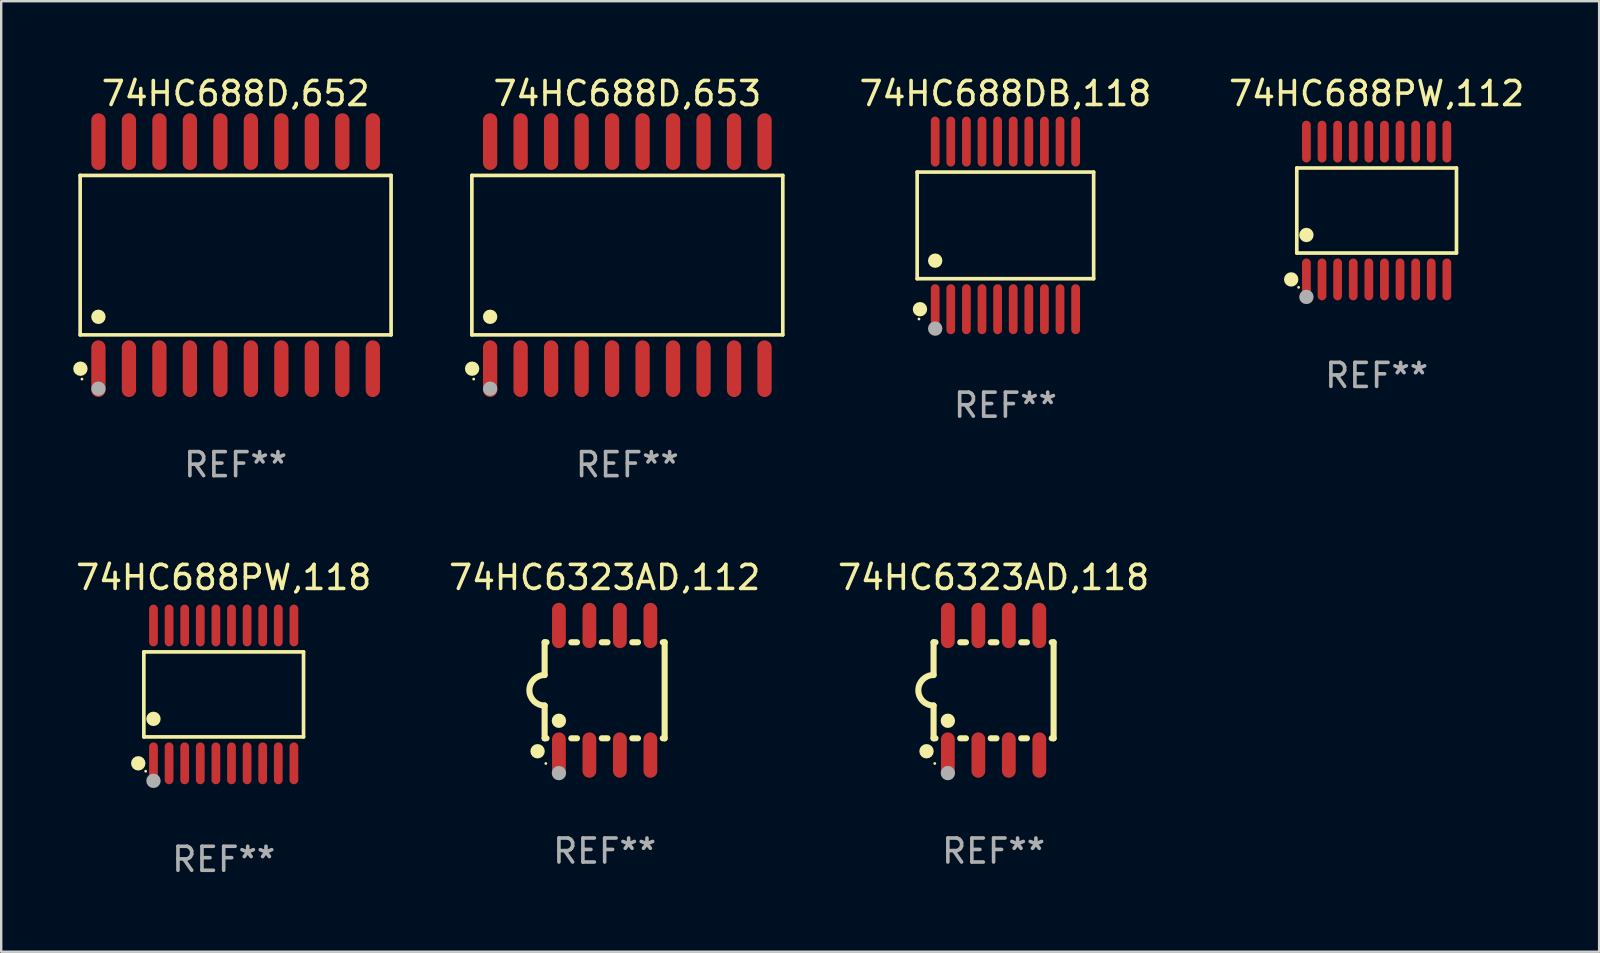
<source format=kicad_pcb>
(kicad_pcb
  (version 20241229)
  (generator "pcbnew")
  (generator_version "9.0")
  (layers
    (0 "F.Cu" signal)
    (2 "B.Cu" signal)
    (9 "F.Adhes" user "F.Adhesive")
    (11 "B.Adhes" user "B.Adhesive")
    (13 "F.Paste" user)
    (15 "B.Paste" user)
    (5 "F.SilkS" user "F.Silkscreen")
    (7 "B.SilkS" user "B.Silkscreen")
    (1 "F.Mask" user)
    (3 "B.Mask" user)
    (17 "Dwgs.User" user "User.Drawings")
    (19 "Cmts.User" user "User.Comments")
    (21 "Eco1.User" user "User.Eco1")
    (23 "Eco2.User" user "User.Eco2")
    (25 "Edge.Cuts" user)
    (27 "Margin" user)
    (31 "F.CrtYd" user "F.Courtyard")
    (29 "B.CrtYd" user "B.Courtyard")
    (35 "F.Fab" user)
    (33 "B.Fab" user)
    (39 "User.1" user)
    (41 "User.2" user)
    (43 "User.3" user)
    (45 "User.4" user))
  (footprint "74HC688DB,118"
    (layer "F.Cu")
    (at 38.831 6.339)
    (property "Reference" "74HC688DB,118" (at 0 -5.491 0) (layer "F.SilkS") (effects (font (size 1 1) (thickness 0.15))))
    (attr through_hole)
    (fp_line (start -3.676 -2.221) (end 3.676 -2.221) (stroke (width 0.152) (type solid)) (layer "F.SilkS"))
    (fp_line (start -3.676 2.221) (end -3.676 -2.221) (stroke (width 0.152) (type solid)) (layer "F.SilkS"))
    (fp_line (start 3.676 -2.221) (end 3.676 2.221) (stroke (width 0.152) (type solid)) (layer "F.SilkS"))
    (fp_line (start 3.676 2.221) (end -3.676 2.221) (stroke (width 0.152) (type solid)) (layer "F.SilkS"))
    (fp_circle (center -3.6 3.9) (end -3.57 3.9) (stroke (width 0.06) (type solid)) (fill no) (layer "F.SilkS"))
    (fp_circle (center -3.559 3.491) (end -3.409 3.491) (stroke (width 0.3) (type solid)) (fill no) (layer "F.SilkS"))
    (fp_circle (center -2.925 1.469) (end -2.775 1.469) (stroke (width 0.3) (type solid)) (fill no) (layer "F.SilkS"))
    (fp_circle (center -2.925 4.3) (end -2.775 4.3) (stroke (width 0.3) (type solid)) (fill no) (layer "F.Fab"))
    (fp_text user "REF**" (at 0 7.491 0) (layer "F.Fab") (effects (font (size 1 1) (thickness 0.15))))
    (pad "1" smd oval (at -2.925 3.491) (size 0.364 2.082) (layers "F.Cu" "F.Mask" "F.Paste"))
    (pad "2" smd oval (at -2.275 3.491) (size 0.364 2.082) (layers "F.Cu" "F.Mask" "F.Paste"))
    (pad "3" smd oval (at -1.625 3.491) (size 0.364 2.082) (layers "F.Cu" "F.Mask" "F.Paste"))
    (pad "4" smd oval (at -0.975 3.491) (size 0.364 2.082) (layers "F.Cu" "F.Mask" "F.Paste"))
    (pad "5" smd oval (at -0.325 3.491) (size 0.364 2.082) (layers "F.Cu" "F.Mask" "F.Paste"))
    (pad "6" smd oval (at 0.325 3.491) (size 0.364 2.082) (layers "F.Cu" "F.Mask" "F.Paste"))
    (pad "7" smd oval (at 0.975 3.491) (size 0.364 2.082) (layers "F.Cu" "F.Mask" "F.Paste"))
    (pad "8" smd oval (at 1.625 3.491) (size 0.364 2.082) (layers "F.Cu" "F.Mask" "F.Paste"))
    (pad "9" smd oval (at 2.275 3.491) (size 0.364 2.082) (layers "F.Cu" "F.Mask" "F.Paste"))
    (pad "10" smd oval (at 2.925 3.491) (size 0.364 2.082) (layers "F.Cu" "F.Mask" "F.Paste"))
    (pad "11" smd oval (at 2.925 -3.491) (size 0.364 2.082) (layers "F.Cu" "F.Mask" "F.Paste"))
    (pad "12" smd oval (at 2.275 -3.491) (size 0.364 2.082) (layers "F.Cu" "F.Mask" "F.Paste"))
    (pad "13" smd oval (at 1.625 -3.491) (size 0.364 2.082) (layers "F.Cu" "F.Mask" "F.Paste"))
    (pad "14" smd oval (at 0.975 -3.491) (size 0.364 2.082) (layers "F.Cu" "F.Mask" "F.Paste"))
    (pad "15" smd oval (at 0.325 -3.491) (size 0.364 2.082) (layers "F.Cu" "F.Mask" "F.Paste"))
    (pad "16" smd oval (at -0.325 -3.491) (size 0.364 2.082) (layers "F.Cu" "F.Mask" "F.Paste"))
    (pad "17" smd oval (at -0.975 -3.491) (size 0.364 2.082) (layers "F.Cu" "F.Mask" "F.Paste"))
    (pad "18" smd oval (at -1.625 -3.491) (size 0.364 2.082) (layers "F.Cu" "F.Mask" "F.Paste"))
    (pad "19" smd oval (at -2.275 -3.491) (size 0.364 2.082) (layers "F.Cu" "F.Mask" "F.Paste"))
    (pad "20" smd oval (at -2.925 -3.491) (size 0.364 2.082) (layers "F.Cu" "F.Mask" "F.Paste")))
  (footprint "74HC688PW,118"
    (layer "F.Cu")
    (at 6.268 25.876)
    (property "Reference" "74HC688PW,118" (at 0 -4.871 0) (layer "F.SilkS") (effects (font (size 1 1) (thickness 0.15))))
    (attr through_hole)
    (fp_line (start -3.326 -1.771) (end 3.326 -1.771) (stroke (width 0.152) (type solid)) (layer "F.SilkS"))
    (fp_line (start -3.326 1.771) (end -3.326 -1.771) (stroke (width 0.152) (type solid)) (layer "F.SilkS"))
    (fp_line (start 3.326 -1.771) (end 3.326 1.771) (stroke (width 0.152) (type solid)) (layer "F.SilkS"))
    (fp_line (start 3.326 1.771) (end -3.326 1.771) (stroke (width 0.152) (type solid)) (layer "F.SilkS"))
    (fp_circle (center -3.559 2.871) (end -3.409 2.871) (stroke (width 0.3) (type solid)) (fill no) (layer "F.SilkS"))
    (fp_circle (center -3.25 3.2) (end -3.22 3.2) (stroke (width 0.06) (type solid)) (fill no) (layer "F.SilkS"))
    (fp_circle (center -2.925 1.019) (end -2.775 1.019) (stroke (width 0.3) (type solid)) (fill no) (layer "F.SilkS"))
    (fp_circle (center -2.925 3.6) (end -2.775 3.6) (stroke (width 0.3) (type solid)) (fill no) (layer "F.Fab"))
    (fp_text user "REF**" (at 0 6.871 0) (layer "F.Fab") (effects (font (size 1 1) (thickness 0.15))))
    (pad "1" smd oval (at -2.925 2.871) (size 0.364 1.742) (layers "F.Cu" "F.Mask" "F.Paste"))
    (pad "2" smd oval (at -2.275 2.871) (size 0.364 1.742) (layers "F.Cu" "F.Mask" "F.Paste"))
    (pad "3" smd oval (at -1.625 2.871) (size 0.364 1.742) (layers "F.Cu" "F.Mask" "F.Paste"))
    (pad "4" smd oval (at -0.975 2.871) (size 0.364 1.742) (layers "F.Cu" "F.Mask" "F.Paste"))
    (pad "5" smd oval (at -0.325 2.871) (size 0.364 1.742) (layers "F.Cu" "F.Mask" "F.Paste"))
    (pad "6" smd oval (at 0.325 2.871) (size 0.364 1.742) (layers "F.Cu" "F.Mask" "F.Paste"))
    (pad "7" smd oval (at 0.975 2.871) (size 0.364 1.742) (layers "F.Cu" "F.Mask" "F.Paste"))
    (pad "8" smd oval (at 1.625 2.871) (size 0.364 1.742) (layers "F.Cu" "F.Mask" "F.Paste"))
    (pad "9" smd oval (at 2.275 2.871) (size 0.364 1.742) (layers "F.Cu" "F.Mask" "F.Paste"))
    (pad "10" smd oval (at 2.925 2.871) (size 0.364 1.742) (layers "F.Cu" "F.Mask" "F.Paste"))
    (pad "11" smd oval (at 2.925 -2.871) (size 0.364 1.742) (layers "F.Cu" "F.Mask" "F.Paste"))
    (pad "12" smd oval (at 2.275 -2.871) (size 0.364 1.742) (layers "F.Cu" "F.Mask" "F.Paste"))
    (pad "13" smd oval (at 1.625 -2.871) (size 0.364 1.742) (layers "F.Cu" "F.Mask" "F.Paste"))
    (pad "14" smd oval (at 0.975 -2.871) (size 0.364 1.742) (layers "F.Cu" "F.Mask" "F.Paste"))
    (pad "15" smd oval (at 0.325 -2.871) (size 0.364 1.742) (layers "F.Cu" "F.Mask" "F.Paste"))
    (pad "16" smd oval (at -0.325 -2.871) (size 0.364 1.742) (layers "F.Cu" "F.Mask" "F.Paste"))
    (pad "17" smd oval (at -0.975 -2.871) (size 0.364 1.742) (layers "F.Cu" "F.Mask" "F.Paste"))
    (pad "18" smd oval (at -1.625 -2.871) (size 0.364 1.742) (layers "F.Cu" "F.Mask" "F.Paste"))
    (pad "19" smd oval (at -2.275 -2.871) (size 0.364 1.742) (layers "F.Cu" "F.Mask" "F.Paste"))
    (pad "20" smd oval (at -2.925 -2.871) (size 0.364 1.742) (layers "F.Cu" "F.Mask" "F.Paste")))
  (footprint "74HC688D,652"
    (layer "F.Cu")
    (at 6.765 7.578)
    (property "Reference" "74HC688D,652" (at 0 -6.73 0) (layer "F.SilkS") (effects (font (size 1 1) (thickness 0.15))))
    (attr through_hole)
    (fp_line (start -6.476 -3.321) (end 6.476 -3.321) (stroke (width 0.152) (type solid)) (layer "F.SilkS"))
    (fp_line (start -6.476 3.321) (end -6.476 -3.321) (stroke (width 0.152) (type solid)) (layer "F.SilkS"))
    (fp_line (start 6.476 -3.321) (end 6.476 3.321) (stroke (width 0.152) (type solid)) (layer "F.SilkS"))
    (fp_line (start 6.476 3.321) (end -6.476 3.321) (stroke (width 0.152) (type solid)) (layer "F.SilkS"))
    (fp_circle (center -6.465 4.73) (end -6.315 4.73) (stroke (width 0.3) (type solid)) (fill no) (layer "F.SilkS"))
    (fp_circle (center -6.4 5.163) (end -6.37 5.163) (stroke (width 0.06) (type solid)) (fill no) (layer "F.SilkS"))
    (fp_circle (center -5.715 2.569) (end -5.565 2.569) (stroke (width 0.3) (type solid)) (fill no) (layer "F.SilkS"))
    (fp_circle (center -5.715 5.563) (end -5.565 5.563) (stroke (width 0.3) (type solid)) (fill no) (layer "F.Fab"))
    (fp_text user "REF**" (at 0 8.73 0) (layer "F.Fab") (effects (font (size 1 1) (thickness 0.15))))
    (pad "1" smd oval (at -5.715 4.73) (size 0.595 2.36) (layers "F.Cu" "F.Mask" "F.Paste"))
    (pad "2" smd oval (at -4.445 4.73) (size 0.595 2.36) (layers "F.Cu" "F.Mask" "F.Paste"))
    (pad "3" smd oval (at -3.175 4.73) (size 0.595 2.36) (layers "F.Cu" "F.Mask" "F.Paste"))
    (pad "4" smd oval (at -1.905 4.73) (size 0.595 2.36) (layers "F.Cu" "F.Mask" "F.Paste"))
    (pad "5" smd oval (at -0.635 4.73) (size 0.595 2.36) (layers "F.Cu" "F.Mask" "F.Paste"))
    (pad "6" smd oval (at 0.635 4.73) (size 0.595 2.36) (layers "F.Cu" "F.Mask" "F.Paste"))
    (pad "7" smd oval (at 1.905 4.73) (size 0.595 2.36) (layers "F.Cu" "F.Mask" "F.Paste"))
    (pad "8" smd oval (at 3.175 4.73) (size 0.595 2.36) (layers "F.Cu" "F.Mask" "F.Paste"))
    (pad "9" smd oval (at 4.445 4.73) (size 0.595 2.36) (layers "F.Cu" "F.Mask" "F.Paste"))
    (pad "10" smd oval (at 5.715 4.73) (size 0.595 2.36) (layers "F.Cu" "F.Mask" "F.Paste"))
    (pad "11" smd oval (at 5.715 -4.73) (size 0.595 2.36) (layers "F.Cu" "F.Mask" "F.Paste"))
    (pad "12" smd oval (at 4.445 -4.73) (size 0.595 2.36) (layers "F.Cu" "F.Mask" "F.Paste"))
    (pad "13" smd oval (at 3.175 -4.73) (size 0.595 2.36) (layers "F.Cu" "F.Mask" "F.Paste"))
    (pad "14" smd oval (at 1.905 -4.73) (size 0.595 2.36) (layers "F.Cu" "F.Mask" "F.Paste"))
    (pad "15" smd oval (at 0.635 -4.73) (size 0.595 2.36) (layers "F.Cu" "F.Mask" "F.Paste"))
    (pad "16" smd oval (at -0.635 -4.73) (size 0.595 2.36) (layers "F.Cu" "F.Mask" "F.Paste"))
    (pad "17" smd oval (at -1.905 -4.73) (size 0.595 2.36) (layers "F.Cu" "F.Mask" "F.Paste"))
    (pad "18" smd oval (at -3.175 -4.73) (size 0.595 2.36) (layers "F.Cu" "F.Mask" "F.Paste"))
    (pad "19" smd oval (at -4.445 -4.73) (size 0.595 2.36) (layers "F.Cu" "F.Mask" "F.Paste"))
    (pad "20" smd oval (at -5.715 -4.73) (size 0.595 2.36) (layers "F.Cu" "F.Mask" "F.Paste")))
  (footprint "74HC688PW,112"
    (layer "F.Cu")
    (at 54.295 5.719)
    (property "Reference" "74HC688PW,112" (at 0 -4.871 0) (layer "F.SilkS") (effects (font (size 1 1) (thickness 0.15))))
    (attr through_hole)
    (fp_line (start -3.326 -1.771) (end 3.326 -1.771) (stroke (width 0.152) (type solid)) (layer "F.SilkS"))
    (fp_line (start -3.326 1.771) (end -3.326 -1.771) (stroke (width 0.152) (type solid)) (layer "F.SilkS"))
    (fp_line (start 3.326 -1.771) (end 3.326 1.771) (stroke (width 0.152) (type solid)) (layer "F.SilkS"))
    (fp_line (start 3.326 1.771) (end -3.326 1.771) (stroke (width 0.152) (type solid)) (layer "F.SilkS"))
    (fp_circle (center -3.559 2.871) (end -3.409 2.871) (stroke (width 0.3) (type solid)) (fill no) (layer "F.SilkS"))
    (fp_circle (center -3.25 3.2) (end -3.22 3.2) (stroke (width 0.06) (type solid)) (fill no) (layer "F.SilkS"))
    (fp_circle (center -2.925 1.019) (end -2.775 1.019) (stroke (width 0.3) (type solid)) (fill no) (layer "F.SilkS"))
    (fp_circle (center -2.925 3.6) (end -2.775 3.6) (stroke (width 0.3) (type solid)) (fill no) (layer "F.Fab"))
    (fp_text user "REF**" (at 0 6.871 0) (layer "F.Fab") (effects (font (size 1 1) (thickness 0.15))))
    (pad "1" smd oval (at -2.925 2.871) (size 0.364 1.742) (layers "F.Cu" "F.Mask" "F.Paste"))
    (pad "2" smd oval (at -2.275 2.871) (size 0.364 1.742) (layers "F.Cu" "F.Mask" "F.Paste"))
    (pad "3" smd oval (at -1.625 2.871) (size 0.364 1.742) (layers "F.Cu" "F.Mask" "F.Paste"))
    (pad "4" smd oval (at -0.975 2.871) (size 0.364 1.742) (layers "F.Cu" "F.Mask" "F.Paste"))
    (pad "5" smd oval (at -0.325 2.871) (size 0.364 1.742) (layers "F.Cu" "F.Mask" "F.Paste"))
    (pad "6" smd oval (at 0.325 2.871) (size 0.364 1.742) (layers "F.Cu" "F.Mask" "F.Paste"))
    (pad "7" smd oval (at 0.975 2.871) (size 0.364 1.742) (layers "F.Cu" "F.Mask" "F.Paste"))
    (pad "8" smd oval (at 1.625 2.871) (size 0.364 1.742) (layers "F.Cu" "F.Mask" "F.Paste"))
    (pad "9" smd oval (at 2.275 2.871) (size 0.364 1.742) (layers "F.Cu" "F.Mask" "F.Paste"))
    (pad "10" smd oval (at 2.925 2.871) (size 0.364 1.742) (layers "F.Cu" "F.Mask" "F.Paste"))
    (pad "11" smd oval (at 2.925 -2.871) (size 0.364 1.742) (layers "F.Cu" "F.Mask" "F.Paste"))
    (pad "12" smd oval (at 2.275 -2.871) (size 0.364 1.742) (layers "F.Cu" "F.Mask" "F.Paste"))
    (pad "13" smd oval (at 1.625 -2.871) (size 0.364 1.742) (layers "F.Cu" "F.Mask" "F.Paste"))
    (pad "14" smd oval (at 0.975 -2.871) (size 0.364 1.742) (layers "F.Cu" "F.Mask" "F.Paste"))
    (pad "15" smd oval (at 0.325 -2.871) (size 0.364 1.742) (layers "F.Cu" "F.Mask" "F.Paste"))
    (pad "16" smd oval (at -0.325 -2.871) (size 0.364 1.742) (layers "F.Cu" "F.Mask" "F.Paste"))
    (pad "17" smd oval (at -0.975 -2.871) (size 0.364 1.742) (layers "F.Cu" "F.Mask" "F.Paste"))
    (pad "18" smd oval (at -1.625 -2.871) (size 0.364 1.742) (layers "F.Cu" "F.Mask" "F.Paste"))
    (pad "19" smd oval (at -2.275 -2.871) (size 0.364 1.742) (layers "F.Cu" "F.Mask" "F.Paste"))
    (pad "20" smd oval (at -2.925 -2.871) (size 0.364 1.742) (layers "F.Cu" "F.Mask" "F.Paste")))
  (footprint "74HC6323AD,118"
    (layer "F.Cu")
    (at 38.339 25.704)
    (property "Reference" "74HC6323AD,118" (at 0 -4.699 0) (layer "F.SilkS") (effects (font (size 1 1) (thickness 0.15))))
    (attr through_hole)
    (fp_line (start -2.5 -2) (end -2.5 -0.635) (stroke (width 0.254) (type solid)) (layer "F.SilkS"))
    (fp_line (start -2.5 -2) (end -2.421 -2) (stroke (width 0.254) (type solid)) (layer "F.SilkS"))
    (fp_line (start -2.5 2) (end -2.5 0.635) (stroke (width 0.254) (type solid)) (layer "F.SilkS"))
    (fp_line (start -2.5 2) (end -2.421 2) (stroke (width 0.254) (type solid)) (layer "F.SilkS"))
    (fp_line (start -1.389 -2) (end -1.151 -2) (stroke (width 0.254) (type solid)) (layer "F.SilkS"))
    (fp_line (start -1.389 2) (end -1.151 2) (stroke (width 0.254) (type solid)) (layer "F.SilkS"))
    (fp_line (start -0.119 -2) (end 0.119 -2) (stroke (width 0.254) (type solid)) (layer "F.SilkS"))
    (fp_line (start -0.119 2) (end 0.119 2) (stroke (width 0.254) (type solid)) (layer "F.SilkS"))
    (fp_line (start 1.151 -2) (end 1.389 -2) (stroke (width 0.254) (type solid)) (layer "F.SilkS"))
    (fp_line (start 1.151 2) (end 1.389 2) (stroke (width 0.254) (type solid)) (layer "F.SilkS"))
    (fp_line (start 2.421 -2) (end 2.5 -2) (stroke (width 0.254) (type solid)) (layer "F.SilkS"))
    (fp_line (start 2.421 2) (end 2.5 2) (stroke (width 0.254) (type solid)) (layer "F.SilkS"))
    (fp_line (start 2.5 -2) (end 2.5 2) (stroke (width 0.254) (type solid)) (layer "F.SilkS"))
    (fp_arc (start -2.5 0.635001) (mid -3.134366 -0.000318) (end -2.499365 -0.635001) (stroke (width 0.254001) (type solid)) (layer "F.SilkS"))
    (fp_circle (center -2.794 2.54) (end -2.644 2.54) (stroke (width 0.3) (type solid)) (fill no) (layer "F.SilkS"))
    (fp_circle (center -2.45 3.05) (end -2.42 3.05) (stroke (width 0.06) (type solid)) (fill no) (layer "F.SilkS"))
    (fp_circle (center -1.905 1.27) (end -1.755 1.27) (stroke (width 0.3) (type solid)) (fill no) (layer "F.SilkS"))
    (fp_circle (center -1.905 3.45) (end -1.755 3.45) (stroke (width 0.3) (type solid)) (fill no) (layer "F.Fab"))
    (fp_text user "REF**" (at 0 6.699 0) (layer "F.Fab") (effects (font (size 1 1) (thickness 0.15))))
    (pad "1" smd oval (at -1.905 2.699) (size 0.574 1.888) (layers "F.Cu" "F.Mask" "F.Paste"))
    (pad "2" smd oval (at -0.635 2.699) (size 0.574 1.888) (layers "F.Cu" "F.Mask" "F.Paste"))
    (pad "3" smd oval (at 0.635 2.699) (size 0.574 1.888) (layers "F.Cu" "F.Mask" "F.Paste"))
    (pad "4" smd oval (at 1.905 2.699) (size 0.574 1.888) (layers "F.Cu" "F.Mask" "F.Paste"))
    (pad "5" smd oval (at 1.905 -2.699) (size 0.574 1.888) (layers "F.Cu" "F.Mask" "F.Paste"))
    (pad "6" smd oval (at 0.635 -2.699) (size 0.574 1.888) (layers "F.Cu" "F.Mask" "F.Paste"))
    (pad "7" smd oval (at -0.635 -2.699) (size 0.574 1.888) (layers "F.Cu" "F.Mask" "F.Paste"))
    (pad "8" smd oval (at -1.905 -2.699) (size 0.574 1.888) (layers "F.Cu" "F.Mask" "F.Paste")))
  (footprint "74HC688D,653"
    (layer "F.Cu")
    (at 23.082 7.578)
    (property "Reference" "74HC688D,653" (at 0 -6.73 0) (layer "F.SilkS") (effects (font (size 1 1) (thickness 0.15))))
    (attr through_hole)
    (fp_line (start -6.476 -3.321) (end 6.476 -3.321) (stroke (width 0.152) (type solid)) (layer "F.SilkS"))
    (fp_line (start -6.476 3.321) (end -6.476 -3.321) (stroke (width 0.152) (type solid)) (layer "F.SilkS"))
    (fp_line (start 6.476 -3.321) (end 6.476 3.321) (stroke (width 0.152) (type solid)) (layer "F.SilkS"))
    (fp_line (start 6.476 3.321) (end -6.476 3.321) (stroke (width 0.152) (type solid)) (layer "F.SilkS"))
    (fp_circle (center -6.465 4.73) (end -6.315 4.73) (stroke (width 0.3) (type solid)) (fill no) (layer "F.SilkS"))
    (fp_circle (center -6.4 5.163) (end -6.37 5.163) (stroke (width 0.06) (type solid)) (fill no) (layer "F.SilkS"))
    (fp_circle (center -5.715 2.569) (end -5.565 2.569) (stroke (width 0.3) (type solid)) (fill no) (layer "F.SilkS"))
    (fp_circle (center -5.715 5.563) (end -5.565 5.563) (stroke (width 0.3) (type solid)) (fill no) (layer "F.Fab"))
    (fp_text user "REF**" (at 0 8.73 0) (layer "F.Fab") (effects (font (size 1 1) (thickness 0.15))))
    (pad "1" smd oval (at -5.715 4.73) (size 0.595 2.36) (layers "F.Cu" "F.Mask" "F.Paste"))
    (pad "2" smd oval (at -4.445 4.73) (size 0.595 2.36) (layers "F.Cu" "F.Mask" "F.Paste"))
    (pad "3" smd oval (at -3.175 4.73) (size 0.595 2.36) (layers "F.Cu" "F.Mask" "F.Paste"))
    (pad "4" smd oval (at -1.905 4.73) (size 0.595 2.36) (layers "F.Cu" "F.Mask" "F.Paste"))
    (pad "5" smd oval (at -0.635 4.73) (size 0.595 2.36) (layers "F.Cu" "F.Mask" "F.Paste"))
    (pad "6" smd oval (at 0.635 4.73) (size 0.595 2.36) (layers "F.Cu" "F.Mask" "F.Paste"))
    (pad "7" smd oval (at 1.905 4.73) (size 0.595 2.36) (layers "F.Cu" "F.Mask" "F.Paste"))
    (pad "8" smd oval (at 3.175 4.73) (size 0.595 2.36) (layers "F.Cu" "F.Mask" "F.Paste"))
    (pad "9" smd oval (at 4.445 4.73) (size 0.595 2.36) (layers "F.Cu" "F.Mask" "F.Paste"))
    (pad "10" smd oval (at 5.715 4.73) (size 0.595 2.36) (layers "F.Cu" "F.Mask" "F.Paste"))
    (pad "11" smd oval (at 5.715 -4.73) (size 0.595 2.36) (layers "F.Cu" "F.Mask" "F.Paste"))
    (pad "12" smd oval (at 4.445 -4.73) (size 0.595 2.36) (layers "F.Cu" "F.Mask" "F.Paste"))
    (pad "13" smd oval (at 3.175 -4.73) (size 0.595 2.36) (layers "F.Cu" "F.Mask" "F.Paste"))
    (pad "14" smd oval (at 1.905 -4.73) (size 0.595 2.36) (layers "F.Cu" "F.Mask" "F.Paste"))
    (pad "15" smd oval (at 0.635 -4.73) (size 0.595 2.36) (layers "F.Cu" "F.Mask" "F.Paste"))
    (pad "16" smd oval (at -0.635 -4.73) (size 0.595 2.36) (layers "F.Cu" "F.Mask" "F.Paste"))
    (pad "17" smd oval (at -1.905 -4.73) (size 0.595 2.36) (layers "F.Cu" "F.Mask" "F.Paste"))
    (pad "18" smd oval (at -3.175 -4.73) (size 0.595 2.36) (layers "F.Cu" "F.Mask" "F.Paste"))
    (pad "19" smd oval (at -4.445 -4.73) (size 0.595 2.36) (layers "F.Cu" "F.Mask" "F.Paste"))
    (pad "20" smd oval (at -5.715 -4.73) (size 0.595 2.36) (layers "F.Cu" "F.Mask" "F.Paste")))
  (footprint "74HC6323AD,112"
    (layer "F.Cu")
    (at 22.137 25.704)
    (property "Reference" "74HC6323AD,112" (at 0 -4.699 0) (layer "F.SilkS") (effects (font (size 1 1) (thickness 0.15))))
    (attr through_hole)
    (fp_line (start -2.5 -2) (end -2.5 -0.635) (stroke (width 0.254) (type solid)) (layer "F.SilkS"))
    (fp_line (start -2.5 -2) (end -2.421 -2) (stroke (width 0.254) (type solid)) (layer "F.SilkS"))
    (fp_line (start -2.5 2) (end -2.5 0.635) (stroke (width 0.254) (type solid)) (layer "F.SilkS"))
    (fp_line (start -2.5 2) (end -2.421 2) (stroke (width 0.254) (type solid)) (layer "F.SilkS"))
    (fp_line (start -1.389 -2) (end -1.151 -2) (stroke (width 0.254) (type solid)) (layer "F.SilkS"))
    (fp_line (start -1.389 2) (end -1.151 2) (stroke (width 0.254) (type solid)) (layer "F.SilkS"))
    (fp_line (start -0.119 -2) (end 0.119 -2) (stroke (width 0.254) (type solid)) (layer "F.SilkS"))
    (fp_line (start -0.119 2) (end 0.119 2) (stroke (width 0.254) (type solid)) (layer "F.SilkS"))
    (fp_line (start 1.151 -2) (end 1.389 -2) (stroke (width 0.254) (type solid)) (layer "F.SilkS"))
    (fp_line (start 1.151 2) (end 1.389 2) (stroke (width 0.254) (type solid)) (layer "F.SilkS"))
    (fp_line (start 2.421 -2) (end 2.5 -2) (stroke (width 0.254) (type solid)) (layer "F.SilkS"))
    (fp_line (start 2.421 2) (end 2.5 2) (stroke (width 0.254) (type solid)) (layer "F.SilkS"))
    (fp_line (start 2.5 -2) (end 2.5 2) (stroke (width 0.254) (type solid)) (layer "F.SilkS"))
    (fp_arc (start -2.5 0.635001) (mid -3.134366 -0.000318) (end -2.499365 -0.635001) (stroke (width 0.254001) (type solid)) (layer "F.SilkS"))
    (fp_circle (center -2.794 2.54) (end -2.644 2.54) (stroke (width 0.3) (type solid)) (fill no) (layer "F.SilkS"))
    (fp_circle (center -2.45 3.05) (end -2.42 3.05) (stroke (width 0.06) (type solid)) (fill no) (layer "F.SilkS"))
    (fp_circle (center -1.905 1.27) (end -1.755 1.27) (stroke (width 0.3) (type solid)) (fill no) (layer "F.SilkS"))
    (fp_circle (center -1.905 3.45) (end -1.755 3.45) (stroke (width 0.3) (type solid)) (fill no) (layer "F.Fab"))
    (fp_text user "REF**" (at 0 6.699 0) (layer "F.Fab") (effects (font (size 1 1) (thickness 0.15))))
    (pad "1" smd oval (at -1.905 2.699) (size 0.574 1.888) (layers "F.Cu" "F.Mask" "F.Paste"))
    (pad "2" smd oval (at -0.635 2.699) (size 0.574 1.888) (layers "F.Cu" "F.Mask" "F.Paste"))
    (pad "3" smd oval (at 0.635 2.699) (size 0.574 1.888) (layers "F.Cu" "F.Mask" "F.Paste"))
    (pad "4" smd oval (at 1.905 2.699) (size 0.574 1.888) (layers "F.Cu" "F.Mask" "F.Paste"))
    (pad "5" smd oval (at 1.905 -2.699) (size 0.574 1.888) (layers "F.Cu" "F.Mask" "F.Paste"))
    (pad "6" smd oval (at 0.635 -2.699) (size 0.574 1.888) (layers "F.Cu" "F.Mask" "F.Paste"))
    (pad "7" smd oval (at -0.635 -2.699) (size 0.574 1.888) (layers "F.Cu" "F.Mask" "F.Paste"))
    (pad "8" smd oval (at -1.905 -2.699) (size 0.574 1.888) (layers "F.Cu" "F.Mask" "F.Paste")))
  (gr_rect
    (start -3 -3)
    (end 63.563 36.595)
    (stroke (width 0.1) (type default))
    (fill no)
    (layer "Edge.Cuts")))
</source>
